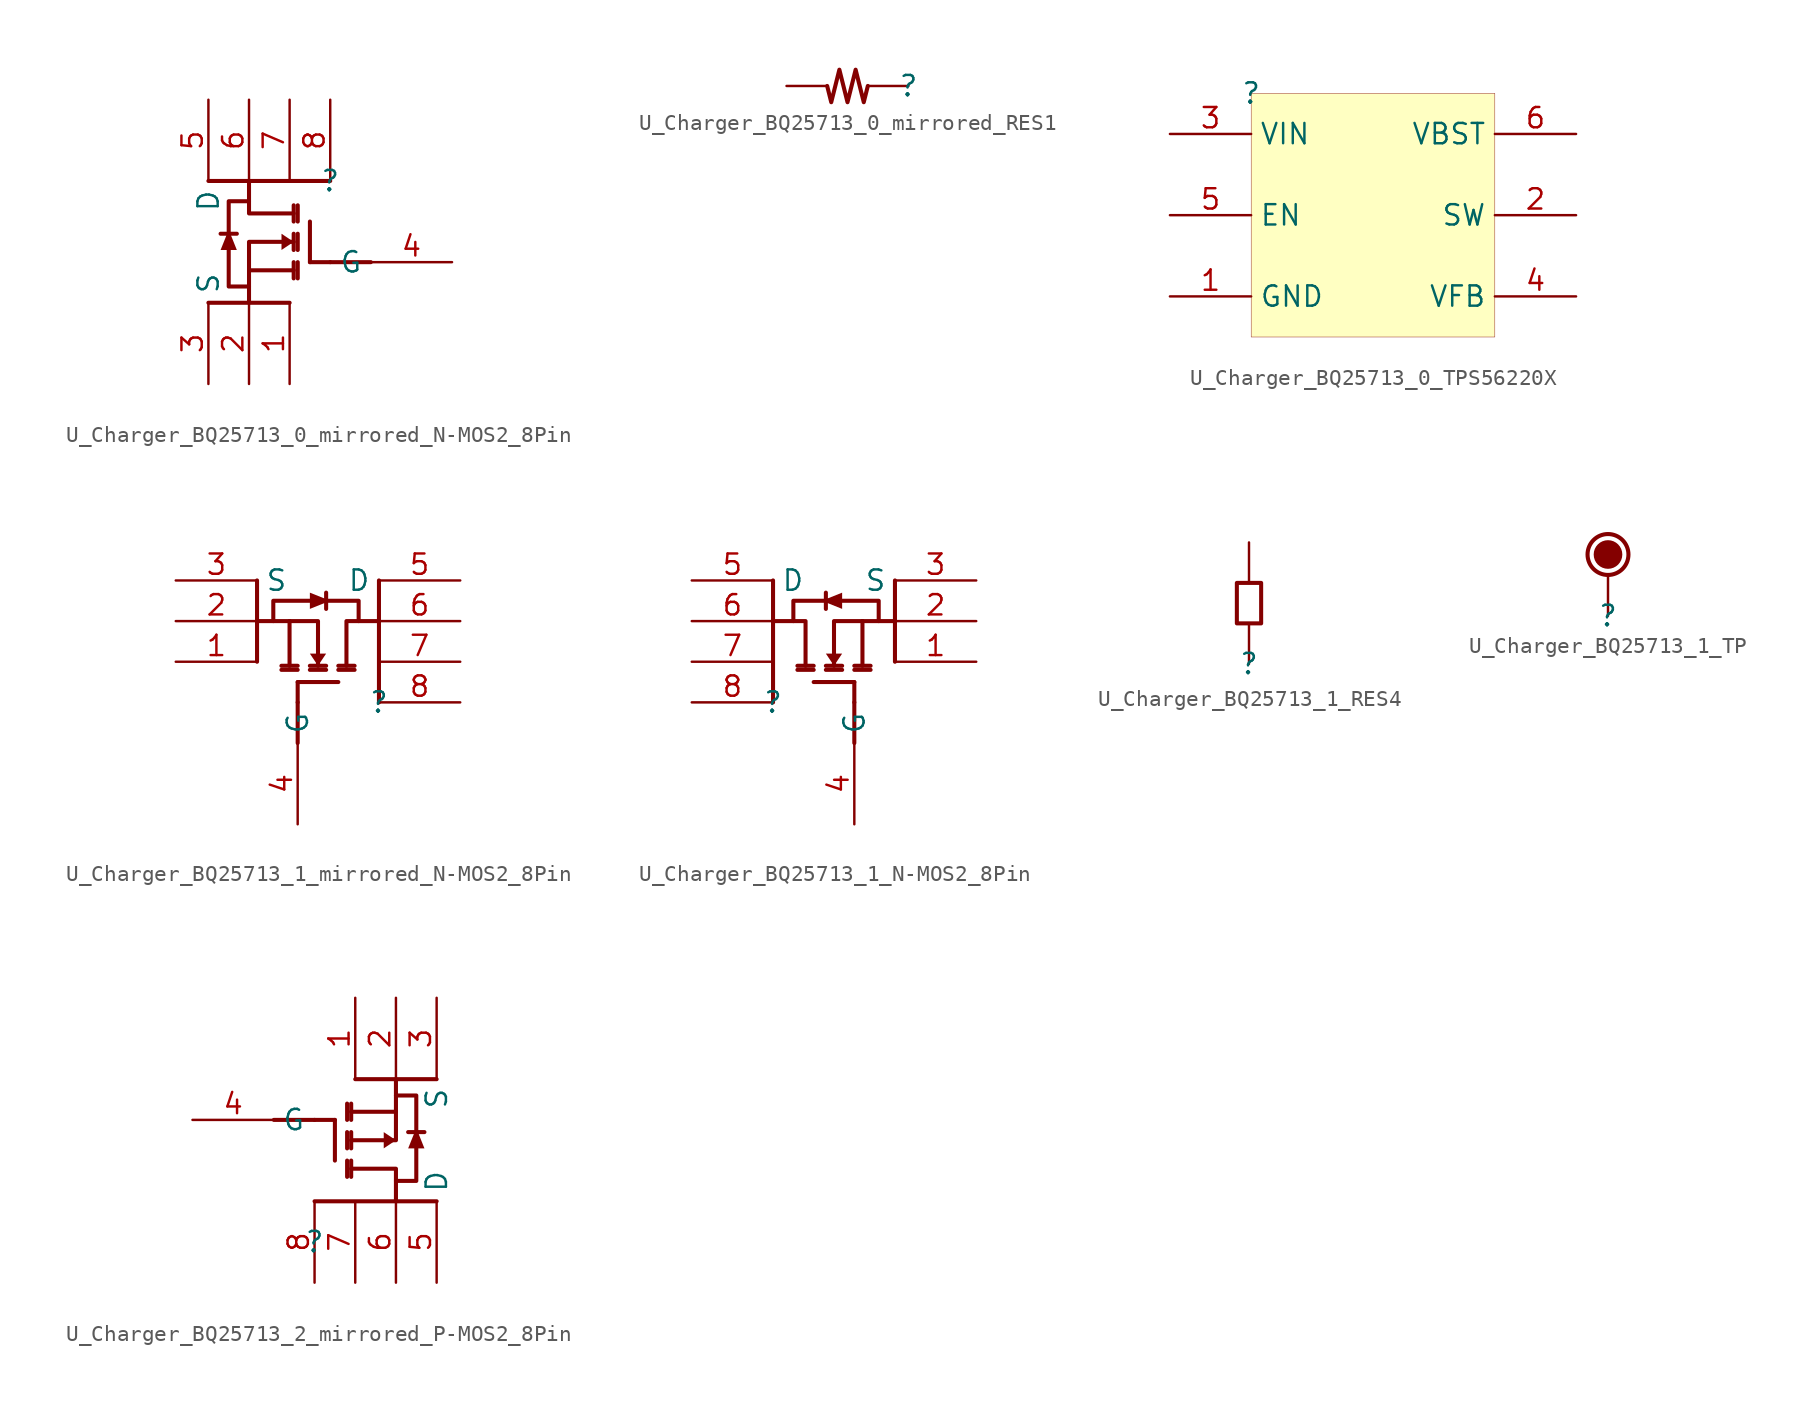
<source format=kicad_sym>
(kicad_symbol_lib
  (version 20231120)
  (generator "kicad_symbol_editor")
  (generator_version "8.0")
  (symbol "U_Charger_BQ25713_0_mirrored_N-MOS2_8Pin"
    (property "Reference" ""
      (at 0 0 0)
      (effects (font (size 1.27 1.27))))
    (property "Value" ""
      (at 0 0 0)
      (effects (font (size 1.27 1.27))))
    (symbol "U_Charger_BQ25713_0_mirrored_N-MOS2_8Pin_1_0"
      (polyline (pts (xy -6.858 -3.302) (xy -5.842 -3.302)) (stroke (width 0.254) (type solid)) (fill (type none)))
      (polyline (pts (xy -5.08 -7.62) (xy -5.08 -5.588)) (stroke (width 0.254) (type solid)) (fill (type none)))
      (polyline (pts (xy -5.08 -5.588) (xy -2.286 -5.588)) (stroke (width 0.254) (type solid)) (fill (type none)))
      (polyline (pts (xy -2.54 -7.62) (xy -7.62 -7.62)) (stroke (width 0.254) (type solid)) (fill (type none)))
      (polyline (pts (xy -2.286 -5.08) (xy -2.286 -6.096)) (stroke (width 0.254) (type solid)) (fill (type none)))
      (polyline (pts (xy -2.286 -3.302) (xy -2.286 -4.318)) (stroke (width 0.254) (type solid)) (fill (type none)))
      (polyline (pts (xy -2.286 -1.524) (xy -2.286 -2.54)) (stroke (width 0.254) (type solid)) (fill (type none)))
      (polyline (pts (xy -2.032 -5.08) (xy -2.032 -6.096)) (stroke (width 0.254) (type solid)) (fill (type none)))
      (polyline (pts (xy -2.032 -3.302) (xy -2.032 -4.318)) (stroke (width 0.254) (type solid)) (fill (type none)))
      (polyline (pts (xy -2.032 -2.54) (xy -2.032 -1.524)) (stroke (width 0.254) (type solid)) (fill (type none)))
      (polyline (pts (xy -1.27 -5.08) (xy -1.27 -2.54)) (stroke (width 0.254) (type solid)) (fill (type none)))
      (polyline (pts (xy 0 -5.08) (xy -1.27 -5.08)) (stroke (width 0.254) (type solid)) (fill (type none)))
      (polyline (pts (xy 0 0) (xy -7.62 0)) (stroke (width 0.254) (type solid)) (fill (type none)))
      (polyline (pts (xy 2.54 -5.08) (xy 0 -5.08)) (stroke (width 0.254) (type solid)) (fill (type none)))
      (polyline (pts (xy -5.08 -5.588) (xy -5.08 -3.81) (xy -2.286 -3.81)) (stroke (width 0.254) (type solid)) (fill (type none)))
      (polyline (pts (xy -5.08 0) (xy -5.08 -2.032) (xy -2.286 -2.032)) (stroke (width 0.254) (type solid)) (fill (type none)))
      (polyline (pts (xy -5.842 -4.318) (xy -6.858 -4.318) (xy -6.35 -3.048) (xy -5.842 -4.318)) (stroke (width -0.0001) (type solid)) (fill (type outline)))
      (polyline (pts (xy -5.08 -1.27) (xy -6.35 -1.27) (xy -6.35 -6.604) (xy -5.08 -6.604)) (stroke (width 0.254) (type solid)) (fill (type none)))
      (polyline (pts (xy -3.048 -4.318) (xy -3.048 -3.302) (xy -2.286 -3.81) (xy -3.048 -4.318)) (stroke (width -0.0001) (type solid)) (fill (type outline)))
      (pin passive line (at -2.54 -12.7 90) (length 5.08) (name "S" (effects (font (size 0 0)))) (number "1" (effects (font (size 1.27 1.27)))))
      (pin passive line (at -5.08 -12.7 90) (length 5.08) (name "S" (effects (font (size 0 0)))) (number "2" (effects (font (size 1.27 1.27)))))
      (pin passive line (at -7.62 -12.7 90) (length 5.08) (name "S" (effects (font (size 1.27 1.27)))) (number "3" (effects (font (size 1.27 1.27)))))
      (pin passive line (at 7.62 -5.08 180) (length 5.08) (name "G" (effects (font (size 1.27 1.27)))) (number "4" (effects (font (size 1.27 1.27)))))
      (pin passive line (at -7.62 5.08 270) (length 5.08) (name "D" (effects (font (size 1.27 1.27)))) (number "5" (effects (font (size 1.27 1.27)))))
      (pin passive line (at -5.08 5.08 270) (length 5.08) (name "D" (effects (font (size 0 0)))) (number "6" (effects (font (size 1.27 1.27)))))
      (pin passive line (at -2.54 5.08 270) (length 5.08) (name "D" (effects (font (size 0 0)))) (number "7" (effects (font (size 1.27 1.27)))))
      (pin passive line (at 0 5.08 270) (length 5.08) (name "D" (effects (font (size 0 0)))) (number "8" (effects (font (size 1.27 1.27)))))))
  (symbol "U_Charger_BQ25713_0_mirrored_RES1"
    (property "Reference" ""
      (at 0 0 0)
      (effects (font (size 1.27 1.27))))
    (property "Value" ""
      (at 0 0 0)
      (effects (font (size 1.27 1.27))))
    (symbol "U_Charger_BQ25713_0_mirrored_RES1_1_0"
      (polyline (pts (xy -2.54 0) (xy -2.794 -1.016) (xy -3.302 1.016) (xy -3.81 -1.016) (xy -4.318 1.016) (xy -4.826 -1.016) (xy -5.08 0)) (stroke (width 0.254) (type solid)) (fill (type none)))
      (pin passive line (at 0 0 180) (length 2.54) (name "1" (effects (font (size 0 0)))) (number "1" (effects (font (size 0 0)))))
      (pin passive line (at -7.62 0 0) (length 2.54) (name "2" (effects (font (size 0 0)))) (number "2" (effects (font (size 0 0)))))))
  (symbol "U_Charger_BQ25713_0_TPS56220X"
    (property "Reference" ""
      (at 0 0 0)
      (effects (font (size 1.27 1.27))))
    (property "Value" ""
      (at 0 0 0)
      (effects (font (size 1.27 1.27))))
    (symbol "U_Charger_BQ25713_0_TPS56220X_1_0"
      (rectangle (start 15.24 0) (end 0 -15.24) (stroke (width 0.025) (type solid) (color 128 0 0 1)) (fill (type background)))
      (pin passive line (at -5.08 -12.7 0) (length 5.08) (name "GND" (effects (font (size 1.27 1.27)))) (number "1" (effects (font (size 1.27 1.27)))))
      (pin passive line (at 20.32 -7.62 180) (length 5.08) (name "SW" (effects (font (size 1.27 1.27)))) (number "2" (effects (font (size 1.27 1.27)))))
      (pin passive line (at -5.08 -2.54 0) (length 5.08) (name "VIN" (effects (font (size 1.27 1.27)))) (number "3" (effects (font (size 1.27 1.27)))))
      (pin passive line (at 20.32 -12.7 180) (length 5.08) (name "VFB" (effects (font (size 1.27 1.27)))) (number "4" (effects (font (size 1.27 1.27)))))
      (pin passive line (at -5.08 -7.62 0) (length 5.08) (name "EN" (effects (font (size 1.27 1.27)))) (number "5" (effects (font (size 1.27 1.27)))))
      (pin passive line (at 20.32 -2.54 180) (length 5.08) (name "VBST" (effects (font (size 1.27 1.27)))) (number "6" (effects (font (size 1.27 1.27)))))))
  (symbol "U_Charger_BQ25713_1_mirrored_N-MOS2_8Pin"
    (property "Reference" ""
      (at 0 0 0)
      (effects (font (size 1.27 1.27))))
    (property "Value" ""
      (at 0 0 0)
      (effects (font (size 1.27 1.27))))
    (symbol "U_Charger_BQ25713_1_mirrored_N-MOS2_8Pin_1_0"
      (polyline (pts (xy -7.62 2.54) (xy -7.62 7.62)) (stroke (width 0.254) (type solid)) (fill (type none)))
      (polyline (pts (xy -7.62 5.08) (xy -5.588 5.08)) (stroke (width 0.254) (type solid)) (fill (type none)))
      (polyline (pts (xy -5.588 5.08) (xy -5.588 2.286)) (stroke (width 0.254) (type solid)) (fill (type none)))
      (polyline (pts (xy -5.08 -2.54) (xy -5.08 0)) (stroke (width 0.254) (type solid)) (fill (type none)))
      (polyline (pts (xy -5.08 0) (xy -5.08 1.27)) (stroke (width 0.254) (type solid)) (fill (type none)))
      (polyline (pts (xy -5.08 1.27) (xy -2.54 1.27)) (stroke (width 0.254) (type solid)) (fill (type none)))
      (polyline (pts (xy -5.08 2.032) (xy -6.096 2.032)) (stroke (width 0.254) (type solid)) (fill (type none)))
      (polyline (pts (xy -5.08 2.286) (xy -6.096 2.286)) (stroke (width 0.254) (type solid)) (fill (type none)))
      (polyline (pts (xy -3.302 2.032) (xy -4.318 2.032)) (stroke (width 0.254) (type solid)) (fill (type none)))
      (polyline (pts (xy -3.302 2.286) (xy -4.318 2.286)) (stroke (width 0.254) (type solid)) (fill (type none)))
      (polyline (pts (xy -3.302 6.858) (xy -3.302 5.842)) (stroke (width 0.254) (type solid)) (fill (type none)))
      (polyline (pts (xy -2.54 2.032) (xy -1.524 2.032)) (stroke (width 0.254) (type solid)) (fill (type none)))
      (polyline (pts (xy -1.524 2.286) (xy -2.54 2.286)) (stroke (width 0.254) (type solid)) (fill (type none)))
      (polyline (pts (xy 0 0) (xy 0 7.62)) (stroke (width 0.254) (type solid)) (fill (type none)))
      (polyline (pts (xy -5.588 5.08) (xy -3.81 5.08) (xy -3.81 2.286)) (stroke (width 0.254) (type solid)) (fill (type none)))
      (polyline (pts (xy 0 5.08) (xy -2.032 5.08) (xy -2.032 2.286)) (stroke (width 0.254) (type solid)) (fill (type none)))
      (polyline (pts (xy -4.318 3.048) (xy -3.302 3.048) (xy -3.81 2.286) (xy -4.318 3.048)) (stroke (width -0.0001) (type solid)) (fill (type outline)))
      (polyline (pts (xy -4.318 5.842) (xy -4.318 6.858) (xy -3.048 6.35) (xy -4.318 5.842)) (stroke (width -0.0001) (type solid)) (fill (type outline)))
      (polyline (pts (xy -1.27 5.08) (xy -1.27 6.35) (xy -6.604 6.35) (xy -6.604 5.08)) (stroke (width 0.254) (type solid)) (fill (type none)))
      (pin passive line (at -12.7 2.54 0) (length 5.08) (name "S" (effects (font (size 0 0)))) (number "1" (effects (font (size 1.27 1.27)))))
      (pin passive line (at -12.7 5.08 0) (length 5.08) (name "S" (effects (font (size 0 0)))) (number "2" (effects (font (size 1.27 1.27)))))
      (pin passive line (at -12.7 7.62 0) (length 5.08) (name "S" (effects (font (size 1.27 1.27)))) (number "3" (effects (font (size 1.27 1.27)))))
      (pin passive line (at -5.08 -7.62 90) (length 5.08) (name "G" (effects (font (size 1.27 1.27)))) (number "4" (effects (font (size 1.27 1.27)))))
      (pin passive line (at 5.08 7.62 180) (length 5.08) (name "D" (effects (font (size 1.27 1.27)))) (number "5" (effects (font (size 1.27 1.27)))))
      (pin passive line (at 5.08 5.08 180) (length 5.08) (name "D" (effects (font (size 0 0)))) (number "6" (effects (font (size 1.27 1.27)))))
      (pin passive line (at 5.08 2.54 180) (length 5.08) (name "D" (effects (font (size 0 0)))) (number "7" (effects (font (size 1.27 1.27)))))
      (pin passive line (at 5.08 0 180) (length 5.08) (name "D" (effects (font (size 0 0)))) (number "8" (effects (font (size 1.27 1.27)))))))
  (symbol "U_Charger_BQ25713_1_N-MOS2_8Pin"
    (property "Reference" ""
      (at 0 0 0)
      (effects (font (size 1.27 1.27))))
    (property "Value" ""
      (at 0 0 0)
      (effects (font (size 1.27 1.27))))
    (symbol "U_Charger_BQ25713_1_N-MOS2_8Pin_1_0"
      (polyline (pts (xy 0 0) (xy 0 7.62)) (stroke (width 0.254) (type solid)) (fill (type none)))
      (polyline (pts (xy 1.524 2.286) (xy 2.54 2.286)) (stroke (width 0.254) (type solid)) (fill (type none)))
      (polyline (pts (xy 2.54 2.032) (xy 1.524 2.032)) (stroke (width 0.254) (type solid)) (fill (type none)))
      (polyline (pts (xy 3.302 2.032) (xy 4.318 2.032)) (stroke (width 0.254) (type solid)) (fill (type none)))
      (polyline (pts (xy 3.302 2.286) (xy 4.318 2.286)) (stroke (width 0.254) (type solid)) (fill (type none)))
      (polyline (pts (xy 3.302 6.858) (xy 3.302 5.842)) (stroke (width 0.254) (type solid)) (fill (type none)))
      (polyline (pts (xy 5.08 -2.54) (xy 5.08 0)) (stroke (width 0.254) (type solid)) (fill (type none)))
      (polyline (pts (xy 5.08 0) (xy 5.08 1.27)) (stroke (width 0.254) (type solid)) (fill (type none)))
      (polyline (pts (xy 5.08 1.27) (xy 2.54 1.27)) (stroke (width 0.254) (type solid)) (fill (type none)))
      (polyline (pts (xy 5.08 2.032) (xy 6.096 2.032)) (stroke (width 0.254) (type solid)) (fill (type none)))
      (polyline (pts (xy 5.08 2.286) (xy 6.096 2.286)) (stroke (width 0.254) (type solid)) (fill (type none)))
      (polyline (pts (xy 5.588 5.08) (xy 5.588 2.286)) (stroke (width 0.254) (type solid)) (fill (type none)))
      (polyline (pts (xy 7.62 2.54) (xy 7.62 7.62)) (stroke (width 0.254) (type solid)) (fill (type none)))
      (polyline (pts (xy 7.62 5.08) (xy 5.588 5.08)) (stroke (width 0.254) (type solid)) (fill (type none)))
      (polyline (pts (xy 0 5.08) (xy 2.032 5.08) (xy 2.032 2.286)) (stroke (width 0.254) (type solid)) (fill (type none)))
      (polyline (pts (xy 5.588 5.08) (xy 3.81 5.08) (xy 3.81 2.286)) (stroke (width 0.254) (type solid)) (fill (type none)))
      (polyline (pts (xy 1.27 5.08) (xy 1.27 6.35) (xy 6.604 6.35) (xy 6.604 5.08)) (stroke (width 0.254) (type solid)) (fill (type none)))
      (polyline (pts (xy 4.318 3.048) (xy 3.302 3.048) (xy 3.81 2.286) (xy 4.318 3.048)) (stroke (width -0.0001) (type solid)) (fill (type outline)))
      (polyline (pts (xy 4.318 5.842) (xy 4.318 6.858) (xy 3.048 6.35) (xy 4.318 5.842)) (stroke (width -0.0001) (type solid)) (fill (type outline)))
      (pin passive line (at 12.7 2.54 180) (length 5.08) (name "S" (effects (font (size 0 0)))) (number "1" (effects (font (size 1.27 1.27)))))
      (pin passive line (at 12.7 5.08 180) (length 5.08) (name "S" (effects (font (size 0 0)))) (number "2" (effects (font (size 1.27 1.27)))))
      (pin passive line (at 12.7 7.62 180) (length 5.08) (name "S" (effects (font (size 1.27 1.27)))) (number "3" (effects (font (size 1.27 1.27)))))
      (pin passive line (at 5.08 -7.62 90) (length 5.08) (name "G" (effects (font (size 1.27 1.27)))) (number "4" (effects (font (size 1.27 1.27)))))
      (pin passive line (at -5.08 7.62 0) (length 5.08) (name "D" (effects (font (size 1.27 1.27)))) (number "5" (effects (font (size 1.27 1.27)))))
      (pin passive line (at -5.08 5.08 0) (length 5.08) (name "D" (effects (font (size 0 0)))) (number "6" (effects (font (size 1.27 1.27)))))
      (pin passive line (at -5.08 2.54 0) (length 5.08) (name "D" (effects (font (size 0 0)))) (number "7" (effects (font (size 1.27 1.27)))))
      (pin passive line (at -5.08 0 0) (length 5.08) (name "D" (effects (font (size 0 0)))) (number "8" (effects (font (size 1.27 1.27)))))))
  (symbol "U_Charger_BQ25713_1_RES4"
    (property "Reference" ""
      (at 0 0 0)
      (effects (font (size 1.27 1.27))))
    (property "Value" ""
      (at 0 0 0)
      (effects (font (size 1.27 1.27))))
    (symbol "U_Charger_BQ25713_1_RES4_1_0"
      (polyline (pts (xy 0 2.54) (xy -0.762 2.54) (xy -0.762 5.08) (xy 0.762 5.08) (xy 0.762 2.54) (xy 0 2.54)) (stroke (width 0.254) (type solid)) (fill (type none)))
      (pin passive line (at 0 0 90) (length 2.54) (name "1" (effects (font (size 0 0)))) (number "1" (effects (font (size 0 0)))))
      (pin passive line (at 0 7.62 270) (length 2.54) (name "2" (effects (font (size 0 0)))) (number "2" (effects (font (size 0 0)))))))
  (symbol "U_Charger_BQ25713_1_TP"
    (property "Reference" ""
      (at 0 0 0)
      (effects (font (size 1.27 1.27))))
    (property "Value" ""
      (at 0 0 0)
      (effects (font (size 1.27 1.27))))
    (symbol "U_Charger_BQ25713_1_TP_1_0"
      (circle (center 0 3.81) (radius 0.762) (stroke (width 0.254) (type solid)) (fill (type outline)))
      (circle (center 0 3.81) (radius 1.27) (stroke (width 0.254) (type solid)) (fill (type none)))
      (pin passive line (at 0 0 90) (length 2.54) (name "1" (effects (font (size 0 0)))) (number "1" (effects (font (size 0 0)))))))
  (symbol "U_Charger_BQ25713_2_mirrored_P-MOS2_8Pin"
    (property "Reference" ""
      (at 0 0 0)
      (effects (font (size 1.27 1.27))))
    (property "Value" ""
      (at 0 0 0)
      (effects (font (size 1.27 1.27))))
    (symbol "U_Charger_BQ25713_2_mirrored_P-MOS2_8Pin_1_0"
      (polyline (pts (xy 0 2.54) (xy 7.62 2.54)) (stroke (width 0.254) (type solid)) (fill (type none)))
      (polyline (pts (xy 0 7.62) (xy -2.54 7.62)) (stroke (width 0.254) (type solid)) (fill (type none)))
      (polyline (pts (xy 0 7.62) (xy 1.27 7.62)) (stroke (width 0.254) (type solid)) (fill (type none)))
      (polyline (pts (xy 1.27 7.62) (xy 1.27 5.08)) (stroke (width 0.254) (type solid)) (fill (type none)))
      (polyline (pts (xy 2.032 5.08) (xy 2.032 4.064)) (stroke (width 0.254) (type solid)) (fill (type none)))
      (polyline (pts (xy 2.032 5.842) (xy 2.032 6.858)) (stroke (width 0.254) (type solid)) (fill (type none)))
      (polyline (pts (xy 2.032 7.62) (xy 2.032 8.636)) (stroke (width 0.254) (type solid)) (fill (type none)))
      (polyline (pts (xy 2.286 4.064) (xy 2.286 5.08)) (stroke (width 0.254) (type solid)) (fill (type none)))
      (polyline (pts (xy 2.286 5.842) (xy 2.286 6.858)) (stroke (width 0.254) (type solid)) (fill (type none)))
      (polyline (pts (xy 2.286 7.62) (xy 2.286 8.636)) (stroke (width 0.254) (type solid)) (fill (type none)))
      (polyline (pts (xy 2.54 10.16) (xy 7.62 10.16)) (stroke (width 0.254) (type solid)) (fill (type none)))
      (polyline (pts (xy 5.08 8.128) (xy 2.286 8.128)) (stroke (width 0.254) (type solid)) (fill (type none)))
      (polyline (pts (xy 5.08 10.16) (xy 5.08 8.128)) (stroke (width 0.254) (type solid)) (fill (type none)))
      (polyline (pts (xy 5.842 6.858) (xy 6.858 6.858)) (stroke (width 0.254) (type solid)) (fill (type none)))
      (polyline (pts (xy 5.08 2.54) (xy 5.08 4.572) (xy 2.286 4.572)) (stroke (width 0.254) (type solid)) (fill (type none)))
      (polyline (pts (xy 5.08 8.128) (xy 5.08 6.35) (xy 2.286 6.35)) (stroke (width 0.254) (type solid)) (fill (type none)))
      (polyline (pts (xy 4.318 5.842) (xy 4.318 6.858) (xy 5.08 6.35) (xy 4.318 5.842)) (stroke (width -0.0001) (type solid)) (fill (type outline)))
      (polyline (pts (xy 5.08 3.81) (xy 6.35 3.81) (xy 6.35 9.144) (xy 5.08 9.144)) (stroke (width 0.254) (type solid)) (fill (type none)))
      (polyline (pts (xy 6.858 5.842) (xy 5.842 5.842) (xy 6.35 7.112) (xy 6.858 5.842)) (stroke (width -0.0001) (type solid)) (fill (type outline)))
      (pin passive line (at 2.54 15.24 270) (length 5.08) (name "S" (effects (font (size 0 0)))) (number "1" (effects (font (size 1.27 1.27)))))
      (pin passive line (at 5.08 15.24 270) (length 5.08) (name "S" (effects (font (size 0 0)))) (number "2" (effects (font (size 1.27 1.27)))))
      (pin passive line (at 7.62 15.24 270) (length 5.08) (name "S" (effects (font (size 1.27 1.27)))) (number "3" (effects (font (size 1.27 1.27)))))
      (pin passive line (at -7.62 7.62 0) (length 5.08) (name "G" (effects (font (size 1.27 1.27)))) (number "4" (effects (font (size 1.27 1.27)))))
      (pin passive line (at 7.62 -2.54 90) (length 5.08) (name "D" (effects (font (size 1.27 1.27)))) (number "5" (effects (font (size 1.27 1.27)))))
      (pin passive line (at 5.08 -2.54 90) (length 5.08) (name "D" (effects (font (size 0 0)))) (number "6" (effects (font (size 1.27 1.27)))))
      (pin passive line (at 2.54 -2.54 90) (length 5.08) (name "D" (effects (font (size 0 0)))) (number "7" (effects (font (size 1.27 1.27)))))
      (pin passive line (at 0 -2.54 90) (length 5.08) (name "D" (effects (font (size 0 0)))) (number "8" (effects (font (size 1.27 1.27))))))))
</source>
